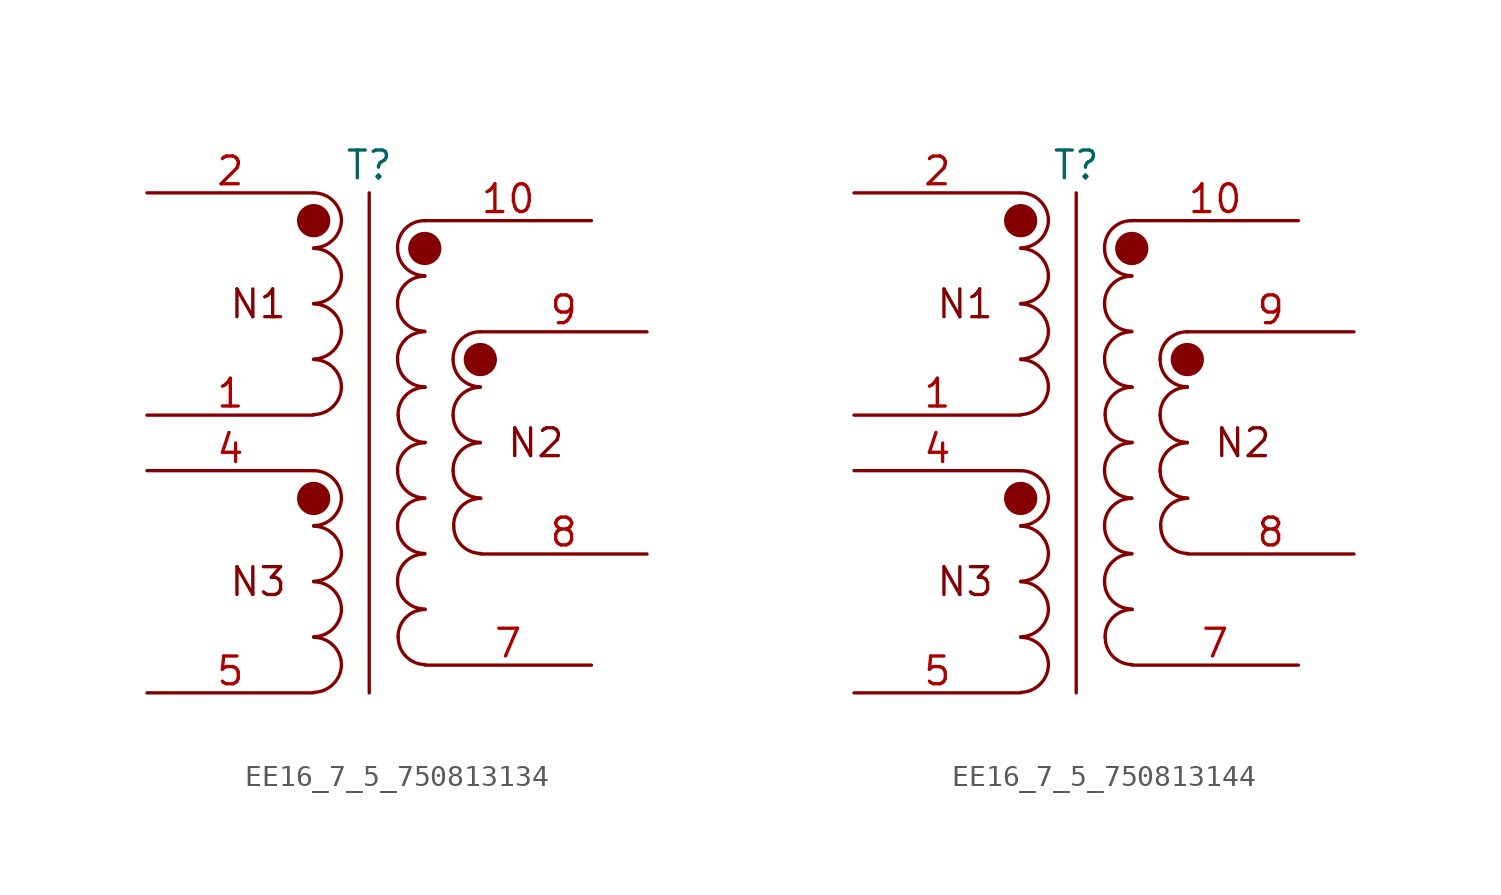
<source format=kicad_sym>
(kicad_symbol_lib
  (version 20220914)
  (generator kicad_symbol_editor)
  (symbol "EE16_7_5_750813134"
    (pin_names hide)
    (property "Reference" "T"
      (at 0 12.7 0)
      (effects (font (size 1.27 1.27))))
    (symbol "EE16_7_5_750813134_0_1"
      (arc (start -2.54 -11.4046) (mid -1.6561 -11.0363) (end -1.27 -10.16) (stroke (width 0) (type default)) (fill (type none)))
      (arc (start -2.54 -8.8646) (mid -1.6561 -8.4963) (end -1.27 -7.62) (stroke (width 0) (type default)) (fill (type none)))
      (arc (start -2.54 -6.3246) (mid -1.6561 -5.9563) (end -1.27 -5.08) (stroke (width 0) (type default)) (fill (type none)))
      (arc (start -2.54 -3.7846) (mid -1.6561 -3.4163) (end -1.27 -2.54) (stroke (width 0) (type default)) (fill (type none)))
      (arc (start -2.54 1.2954) (mid -1.6561 1.6637) (end -1.27 2.54) (stroke (width 0) (type default)) (fill (type none)))
      (arc (start -2.54 3.8354) (mid -1.6561 4.2037) (end -1.27 5.08) (stroke (width 0) (type default)) (fill (type none)))
      (arc (start -2.54 6.3754) (mid -1.6561 6.7437) (end -1.27 7.62) (stroke (width 0) (type default)) (fill (type none)))
      (arc (start -2.54 8.9154) (mid -1.6561 9.2837) (end -1.27 10.16) (stroke (width 0) (type default)) (fill (type none)))
      (arc (start -1.27 -10.16) (mid -1.642 -9.262) (end -2.54 -8.89) (stroke (width 0) (type default)) (fill (type none)))
      (arc (start -1.27 -7.62) (mid -1.642 -6.722) (end -2.54 -6.35) (stroke (width 0) (type default)) (fill (type none)))
      (arc (start -1.27 -5.08) (mid -1.642 -4.182) (end -2.54 -3.81) (stroke (width 0) (type default)) (fill (type none)))
      (arc (start -1.27 -2.54) (mid -1.642 -1.642) (end -2.54 -1.27) (stroke (width 0) (type default)) (fill (type none)))
      (arc (start -1.27 2.54) (mid -1.642 3.438) (end -2.54 3.81) (stroke (width 0) (type default)) (fill (type none)))
      (arc (start -1.27 5.08) (mid -1.642 5.978) (end -2.54 6.35) (stroke (width 0) (type default)) (fill (type none)))
      (arc (start -1.27 7.62) (mid -1.642 8.518) (end -2.54 8.89) (stroke (width 0) (type default)) (fill (type none)))
      (arc (start -1.27 10.16) (mid -1.642 11.058) (end -2.54 11.43) (stroke (width 0) (type default)) (fill (type none)))
      (polyline (pts (xy 0 11.43) (xy 0 -11.43)) (stroke (width 0) (type default)) (fill (type none)))
      (arc (start 1.2954 -6.35) (mid 1.6599 -7.2301) (end 2.54 -7.5946) (stroke (width 0) (type default)) (fill (type none)))
      (arc (start 1.2954 -3.81) (mid 1.6599 -4.6901) (end 2.54 -5.0546) (stroke (width 0) (type default)) (fill (type none)))
      (arc (start 1.2954 -1.27) (mid 1.6599 -2.1501) (end 2.54 -2.5146) (stroke (width 0) (type default)) (fill (type none)))
      (arc (start 1.2954 3.81) (mid 1.6599 2.9299) (end 2.54 2.5654) (stroke (width 0) (type default)) (fill (type none)))
      (arc (start 1.2954 6.35) (mid 1.6599 5.4699) (end 2.54 5.1054) (stroke (width 0) (type default)) (fill (type none)))
      (arc (start 1.2954 8.89) (mid 1.6599 8.0099) (end 2.54 7.6454) (stroke (width 0) (type default)) (fill (type none)))
      (arc (start 1.3208 -8.89) (mid 1.6853 -9.7703) (end 2.5654 -10.1346) (stroke (width 0) (type default)) (fill (type none)))
      (arc (start 1.3208 1.27) (mid 1.6853 0.3897) (end 2.5654 0.0254) (stroke (width 0) (type default)) (fill (type none)))
      (arc (start 2.54 -5.08) (mid 1.6458 -5.4485) (end 1.2954 -6.35) (stroke (width 0) (type default)) (fill (type none)))
      (arc (start 2.54 -2.54) (mid 1.6458 -2.9085) (end 1.2954 -3.81) (stroke (width 0) (type default)) (fill (type none)))
      (arc (start 2.54 0) (mid 1.6458 -0.3685) (end 1.2954 -1.27) (stroke (width 0) (type default)) (fill (type none)))
      (arc (start 2.54 5.08) (mid 1.6458 4.7115) (end 1.2954 3.81) (stroke (width 0) (type default)) (fill (type none)))
      (arc (start 2.54 7.62) (mid 1.6458 7.2515) (end 1.2954 6.35) (stroke (width 0) (type default)) (fill (type none)))
      (arc (start 2.54 10.16) (mid 1.6458 9.7915) (end 1.2954 8.89) (stroke (width 0) (type default)) (fill (type none)))
      (arc (start 2.5654 -7.62) (mid 1.6709 -7.9883) (end 1.3208 -8.89) (stroke (width 0) (type default)) (fill (type none)))
      (arc (start 2.5654 2.54) (mid 1.6709 2.1717) (end 1.3208 1.27) (stroke (width 0) (type default)) (fill (type none)))
      (arc (start 3.8354 -1.27) (mid 4.1999 -2.1501) (end 5.08 -2.5146) (stroke (width 0) (type default)) (fill (type none)))
      (arc (start 3.8354 1.27) (mid 4.1999 0.3899) (end 5.08 0.0254) (stroke (width 0) (type default)) (fill (type none)))
      (arc (start 3.8354 3.81) (mid 4.1999 2.9299) (end 5.08 2.5654) (stroke (width 0) (type default)) (fill (type none)))
      (arc (start 3.8608 -3.81) (mid 4.2254 -4.6899) (end 5.1054 -5.0546) (stroke (width 0) (type default)) (fill (type none)))
      (arc (start 5.08 0) (mid 4.1858 -0.3685) (end 3.8354 -1.27) (stroke (width 0) (type default)) (fill (type none)))
      (arc (start 5.08 2.54) (mid 4.1858 2.1715) (end 3.8354 1.27) (stroke (width 0) (type default)) (fill (type none)))
      (arc (start 5.08 5.08) (mid 4.1858 4.7115) (end 3.8354 3.81) (stroke (width 0) (type default)) (fill (type none)))
      (arc (start 5.1054 -2.54) (mid 4.2109 -2.9083) (end 3.8608 -3.81) (stroke (width 0) (type default)) (fill (type none))))
    (symbol "EE16_7_5_750813134_1_1"
      (circle (center -2.54 -2.54) (radius 0.0001) (stroke (width 0.762) (type default)) (fill (type none)))
      (circle (center -2.54 10.16) (radius 0.0001) (stroke (width 0.762) (type default)) (fill (type none)))
      (circle (center 2.54 8.89) (radius 0.0001) (stroke (width 0.762) (type default)) (fill (type none)))
      (circle (center 5.08 3.81) (radius 0.0001) (stroke (width 0.762) (type default)) (fill (type none)))
      (text "N1" (at -5.08 6.35 0) (effects (font (size 1.27 1.27))))
      (text "N2" (at 7.62 0 0) (effects (font (size 1.27 1.27))))
      (text "N3" (at -5.08 -6.35 0) (effects (font (size 1.27 1.27))))
      (pin passive line (at -10.16 1.27 0) (length 7.62) (name "1" (effects (font (size 1.27 1.27)))) (number "1" (effects (font (size 1.27 1.27)))))
      (pin passive line (at 10.16 10.16 180) (length 7.62) (name "10" (effects (font (size 1.27 1.27)))) (number "10" (effects (font (size 1.27 1.27)))))
      (pin passive line (at -10.16 11.43 0) (length 7.62) (name "2" (effects (font (size 1.27 1.27)))) (number "2" (effects (font (size 1.27 1.27)))))
      (pin passive line (at -10.16 -1.27 0) (length 7.62) (name "4" (effects (font (size 1.27 1.27)))) (number "4" (effects (font (size 1.27 1.27)))))
      (pin passive line (at -10.16 -11.43 0) (length 7.62) (name "5" (effects (font (size 1.27 1.27)))) (number "5" (effects (font (size 1.27 1.27)))))
      (pin passive line (at 10.16 -10.16 180) (length 7.62) (name "7" (effects (font (size 1.27 1.27)))) (number "7" (effects (font (size 1.27 1.27)))))
      (pin passive line (at 12.7 -5.08 180) (length 7.62) (name "8" (effects (font (size 1.27 1.27)))) (number "8" (effects (font (size 1.27 1.27)))))
      (pin passive line (at 12.7 5.08 180) (length 7.62) (name "9" (effects (font (size 1.27 1.27)))) (number "9" (effects (font (size 1.27 1.27)))))))
  (symbol "EE16_7_5_750813144"
    (pin_names hide)
    (property "Reference" "T"
      (at 0 12.7 0)
      (effects (font (size 1.27 1.27))))
    (symbol "EE16_7_5_750813144_0_1"
      (arc (start -2.54 -11.4046) (mid -1.6561 -11.0363) (end -1.27 -10.16) (stroke (width 0) (type default)) (fill (type none)))
      (arc (start -2.54 -8.8646) (mid -1.6561 -8.4963) (end -1.27 -7.62) (stroke (width 0) (type default)) (fill (type none)))
      (arc (start -2.54 -6.3246) (mid -1.6561 -5.9563) (end -1.27 -5.08) (stroke (width 0) (type default)) (fill (type none)))
      (arc (start -2.54 -3.7846) (mid -1.6561 -3.4163) (end -1.27 -2.54) (stroke (width 0) (type default)) (fill (type none)))
      (arc (start -2.54 1.2954) (mid -1.6561 1.6637) (end -1.27 2.54) (stroke (width 0) (type default)) (fill (type none)))
      (arc (start -2.54 3.8354) (mid -1.6561 4.2037) (end -1.27 5.08) (stroke (width 0) (type default)) (fill (type none)))
      (arc (start -2.54 6.3754) (mid -1.6561 6.7437) (end -1.27 7.62) (stroke (width 0) (type default)) (fill (type none)))
      (arc (start -2.54 8.9154) (mid -1.6561 9.2837) (end -1.27 10.16) (stroke (width 0) (type default)) (fill (type none)))
      (arc (start -1.27 -10.16) (mid -1.642 -9.262) (end -2.54 -8.89) (stroke (width 0) (type default)) (fill (type none)))
      (arc (start -1.27 -7.62) (mid -1.642 -6.722) (end -2.54 -6.35) (stroke (width 0) (type default)) (fill (type none)))
      (arc (start -1.27 -5.08) (mid -1.642 -4.182) (end -2.54 -3.81) (stroke (width 0) (type default)) (fill (type none)))
      (arc (start -1.27 -2.54) (mid -1.642 -1.642) (end -2.54 -1.27) (stroke (width 0) (type default)) (fill (type none)))
      (arc (start -1.27 2.54) (mid -1.642 3.438) (end -2.54 3.81) (stroke (width 0) (type default)) (fill (type none)))
      (arc (start -1.27 5.08) (mid -1.642 5.978) (end -2.54 6.35) (stroke (width 0) (type default)) (fill (type none)))
      (arc (start -1.27 7.62) (mid -1.642 8.518) (end -2.54 8.89) (stroke (width 0) (type default)) (fill (type none)))
      (arc (start -1.27 10.16) (mid -1.642 11.058) (end -2.54 11.43) (stroke (width 0) (type default)) (fill (type none)))
      (polyline (pts (xy 0 11.43) (xy 0 -11.43)) (stroke (width 0) (type default)) (fill (type none)))
      (arc (start 1.2954 -6.35) (mid 1.6599 -7.2301) (end 2.54 -7.5946) (stroke (width 0) (type default)) (fill (type none)))
      (arc (start 1.2954 -3.81) (mid 1.6599 -4.6901) (end 2.54 -5.0546) (stroke (width 0) (type default)) (fill (type none)))
      (arc (start 1.2954 -1.27) (mid 1.6599 -2.1501) (end 2.54 -2.5146) (stroke (width 0) (type default)) (fill (type none)))
      (arc (start 1.2954 3.81) (mid 1.6599 2.9299) (end 2.54 2.5654) (stroke (width 0) (type default)) (fill (type none)))
      (arc (start 1.2954 6.35) (mid 1.6599 5.4699) (end 2.54 5.1054) (stroke (width 0) (type default)) (fill (type none)))
      (arc (start 1.2954 8.89) (mid 1.6599 8.0099) (end 2.54 7.6454) (stroke (width 0) (type default)) (fill (type none)))
      (arc (start 1.3208 -8.89) (mid 1.6853 -9.7703) (end 2.5654 -10.1346) (stroke (width 0) (type default)) (fill (type none)))
      (arc (start 1.3208 1.27) (mid 1.6853 0.3897) (end 2.5654 0.0254) (stroke (width 0) (type default)) (fill (type none)))
      (arc (start 2.54 -5.08) (mid 1.6458 -5.4485) (end 1.2954 -6.35) (stroke (width 0) (type default)) (fill (type none)))
      (arc (start 2.54 -2.54) (mid 1.6458 -2.9085) (end 1.2954 -3.81) (stroke (width 0) (type default)) (fill (type none)))
      (arc (start 2.54 0) (mid 1.6458 -0.3685) (end 1.2954 -1.27) (stroke (width 0) (type default)) (fill (type none)))
      (arc (start 2.54 5.08) (mid 1.6458 4.7115) (end 1.2954 3.81) (stroke (width 0) (type default)) (fill (type none)))
      (arc (start 2.54 7.62) (mid 1.6458 7.2515) (end 1.2954 6.35) (stroke (width 0) (type default)) (fill (type none)))
      (arc (start 2.54 10.16) (mid 1.6458 9.7915) (end 1.2954 8.89) (stroke (width 0) (type default)) (fill (type none)))
      (arc (start 2.5654 -7.62) (mid 1.6709 -7.9883) (end 1.3208 -8.89) (stroke (width 0) (type default)) (fill (type none)))
      (arc (start 2.5654 2.54) (mid 1.6709 2.1717) (end 1.3208 1.27) (stroke (width 0) (type default)) (fill (type none)))
      (arc (start 3.8354 -1.27) (mid 4.1999 -2.1501) (end 5.08 -2.5146) (stroke (width 0) (type default)) (fill (type none)))
      (arc (start 3.8354 1.27) (mid 4.1999 0.3899) (end 5.08 0.0254) (stroke (width 0) (type default)) (fill (type none)))
      (arc (start 3.8354 3.81) (mid 4.1999 2.9299) (end 5.08 2.5654) (stroke (width 0) (type default)) (fill (type none)))
      (arc (start 3.8608 -3.81) (mid 4.2254 -4.6899) (end 5.1054 -5.0546) (stroke (width 0) (type default)) (fill (type none)))
      (arc (start 5.08 0) (mid 4.1858 -0.3685) (end 3.8354 -1.27) (stroke (width 0) (type default)) (fill (type none)))
      (arc (start 5.08 2.54) (mid 4.1858 2.1715) (end 3.8354 1.27) (stroke (width 0) (type default)) (fill (type none)))
      (arc (start 5.08 5.08) (mid 4.1858 4.7115) (end 3.8354 3.81) (stroke (width 0) (type default)) (fill (type none)))
      (arc (start 5.1054 -2.54) (mid 4.2109 -2.9083) (end 3.8608 -3.81) (stroke (width 0) (type default)) (fill (type none))))
    (symbol "EE16_7_5_750813144_1_1"
      (circle (center -2.54 -2.54) (radius 0.0001) (stroke (width 0.762) (type default)) (fill (type none)))
      (circle (center -2.54 10.16) (radius 0.0001) (stroke (width 0.762) (type default)) (fill (type none)))
      (circle (center 2.54 8.89) (radius 0.0001) (stroke (width 0.762) (type default)) (fill (type none)))
      (circle (center 5.08 3.81) (radius 0.0001) (stroke (width 0.762) (type default)) (fill (type none)))
      (text "N1" (at -5.08 6.35 0) (effects (font (size 1.27 1.27))))
      (text "N2" (at 7.62 0 0) (effects (font (size 1.27 1.27))))
      (text "N3" (at -5.08 -6.35 0) (effects (font (size 1.27 1.27))))
      (pin passive line (at -10.16 1.27 0) (length 7.62) (name "1" (effects (font (size 1.27 1.27)))) (number "1" (effects (font (size 1.27 1.27)))))
      (pin passive line (at 10.16 10.16 180) (length 7.62) (name "10" (effects (font (size 1.27 1.27)))) (number "10" (effects (font (size 1.27 1.27)))))
      (pin passive line (at -10.16 11.43 0) (length 7.62) (name "2" (effects (font (size 1.27 1.27)))) (number "2" (effects (font (size 1.27 1.27)))))
      (pin passive line (at -10.16 -1.27 0) (length 7.62) (name "4" (effects (font (size 1.27 1.27)))) (number "4" (effects (font (size 1.27 1.27)))))
      (pin passive line (at -10.16 -11.43 0) (length 7.62) (name "5" (effects (font (size 1.27 1.27)))) (number "5" (effects (font (size 1.27 1.27)))))
      (pin passive line (at 10.16 -10.16 180) (length 7.62) (name "7" (effects (font (size 1.27 1.27)))) (number "7" (effects (font (size 1.27 1.27)))))
      (pin passive line (at 12.7 -5.08 180) (length 7.62) (name "8" (effects (font (size 1.27 1.27)))) (number "8" (effects (font (size 1.27 1.27)))))
      (pin passive line (at 12.7 5.08 180) (length 7.62) (name "9" (effects (font (size 1.27 1.27)))) (number "9" (effects (font (size 1.27 1.27))))))))
</source>
